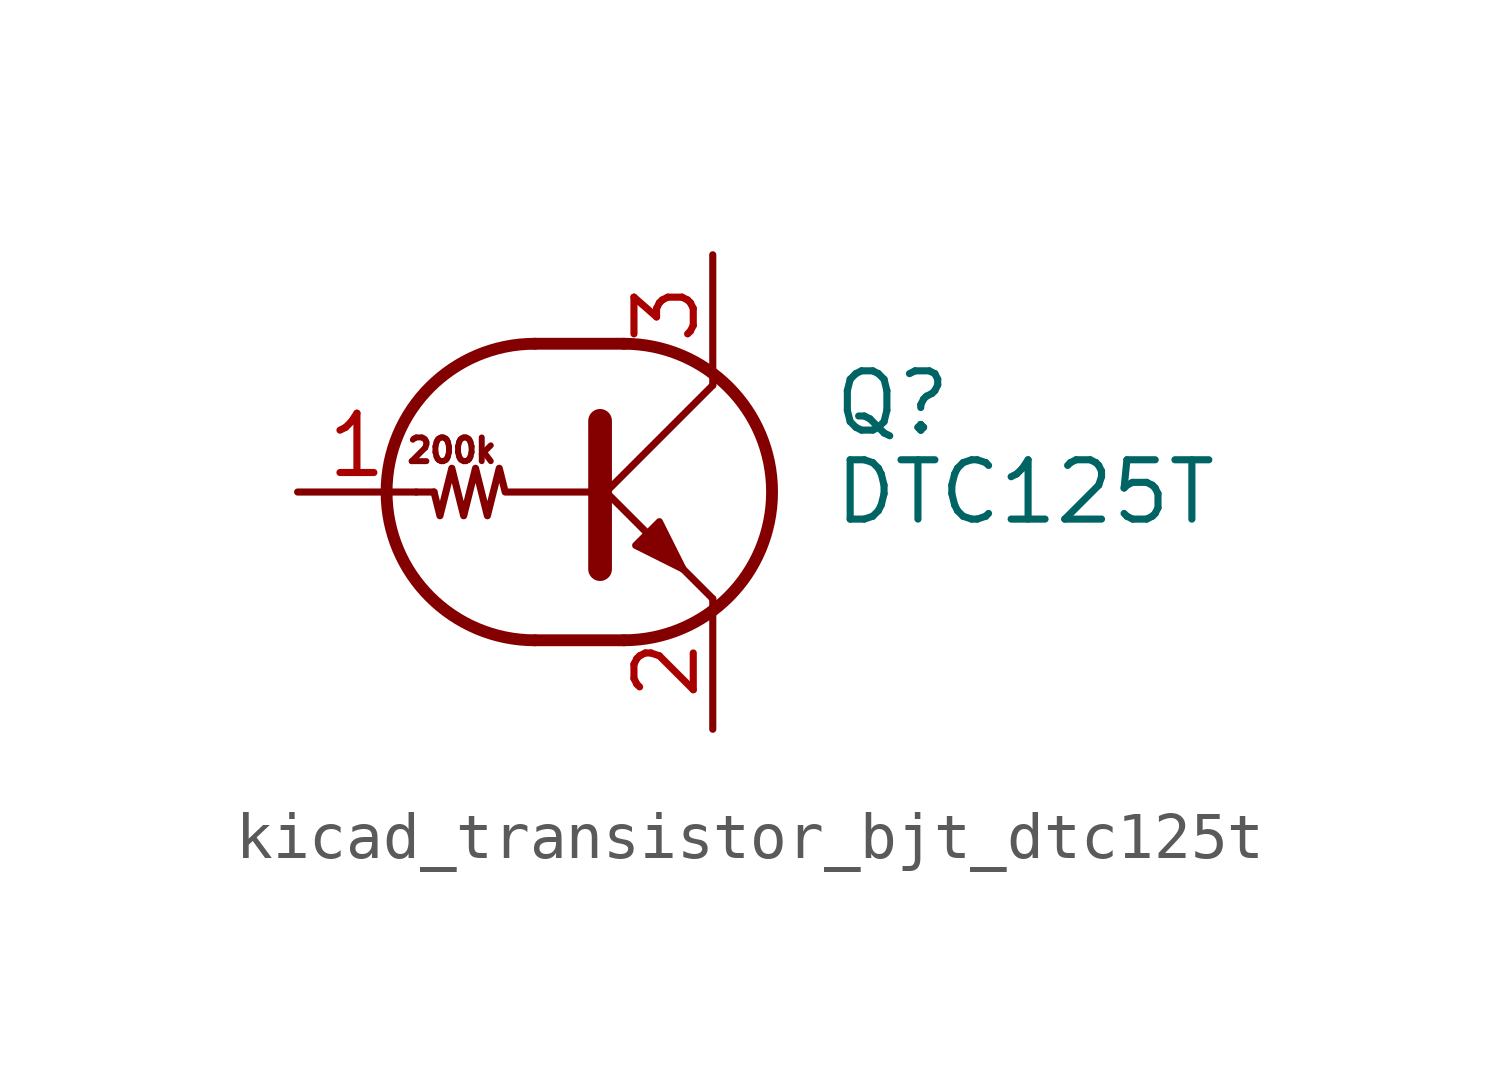
<source format=kicad_sym>
(kicad_symbol_lib
  (version 20220914)
  (generator kicad_symbol_editor)
  (symbol "kicad_transistor_bjt_dtc125t"
    (pin_names
      (offset 0) hide)
    (property "Reference" "Q"
      (at 5.08 1.905 0)
      (effects (font (size 1.27 1.27)) (justify left)))
    (property "Value" "DTC125T"
      (at 5.08 0 0)
      (effects (font (size 1.27 1.27)) (justify left)))
    (symbol "kicad_transistor_bjt_dtc125t_0_0"
      (polyline (pts (xy 2.54 -2.286) (xy 2.54 -2.54)) (stroke (width 0) (type default)) (fill (type none)))
      (text "200k" (at -3.048 0.889 0) (effects (font (size 0.508 0.508)))))
    (symbol "kicad_transistor_bjt_dtc125t_0_1"
      (arc (start -1.27 3.175) (mid -4.4312 0) (end -1.27 -3.175) (stroke (width 0.254) (type default)) (fill (type none)))
      (polyline (pts (xy -3.429 0) (xy -3.81 0)) (stroke (width 0) (type default)) (fill (type none)))
      (polyline (pts (xy -1.27 -3.175) (xy 0.635 -3.175)) (stroke (width 0.254) (type default)) (fill (type none)))
      (polyline (pts (xy -1.27 3.175) (xy 0.635 3.175)) (stroke (width 0.254) (type default)) (fill (type none)))
      (polyline (pts (xy 0 -0.254) (xy 2.54 2.286)) (stroke (width 0) (type default)) (fill (type none)))
      (polyline (pts (xy 0.127 1.524) (xy 0.127 -1.651)) (stroke (width 0.508) (type default)) (fill (type outline)))
      (polyline (pts (xy 2.54 2.286) (xy 2.54 2.54)) (stroke (width 0) (type default)) (fill (type none)))
      (polyline (pts (xy 2.54 -2.286) (xy 0 0.254) (xy 0 0.254)) (stroke (width 0) (type default)) (fill (type none)))
      (polyline (pts (xy 0.889 -1.143) (xy 1.397 -0.635) (xy 1.905 -1.651) (xy 0.889 -1.143)) (stroke (width 0) (type default)) (fill (type outline)))
      (polyline (pts (xy 0 0) (xy -1.905 0) (xy -2.032 0.508) (xy -2.286 -0.508) (xy -2.54 0.508) (xy -2.794 -0.508) (xy -3.048 0.508) (xy -3.302 -0.508) (xy -3.429 0)) (stroke (width 0) (type default)) (fill (type none)))
      (arc (start 0.635 -3.175) (mid 3.7962 0) (end 0.635 3.175) (stroke (width 0.254) (type default)) (fill (type none))))
    (symbol "kicad_transistor_bjt_dtc125t_1_1"
      (pin input line (at -6.35 0 0) (length 2.54) (name "B" (effects (font (size 1.27 1.27)))) (number "1" (effects (font (size 1.27 1.27)))))
      (pin passive line (at 2.54 -5.08 90) (length 2.54) (name "E" (effects (font (size 1.27 1.27)))) (number "2" (effects (font (size 1.27 1.27)))))
      (pin passive line (at 2.54 5.08 270) (length 2.54) (name "C" (effects (font (size 1.27 1.27)))) (number "3" (effects (font (size 1.27 1.27))))))))
</source>
